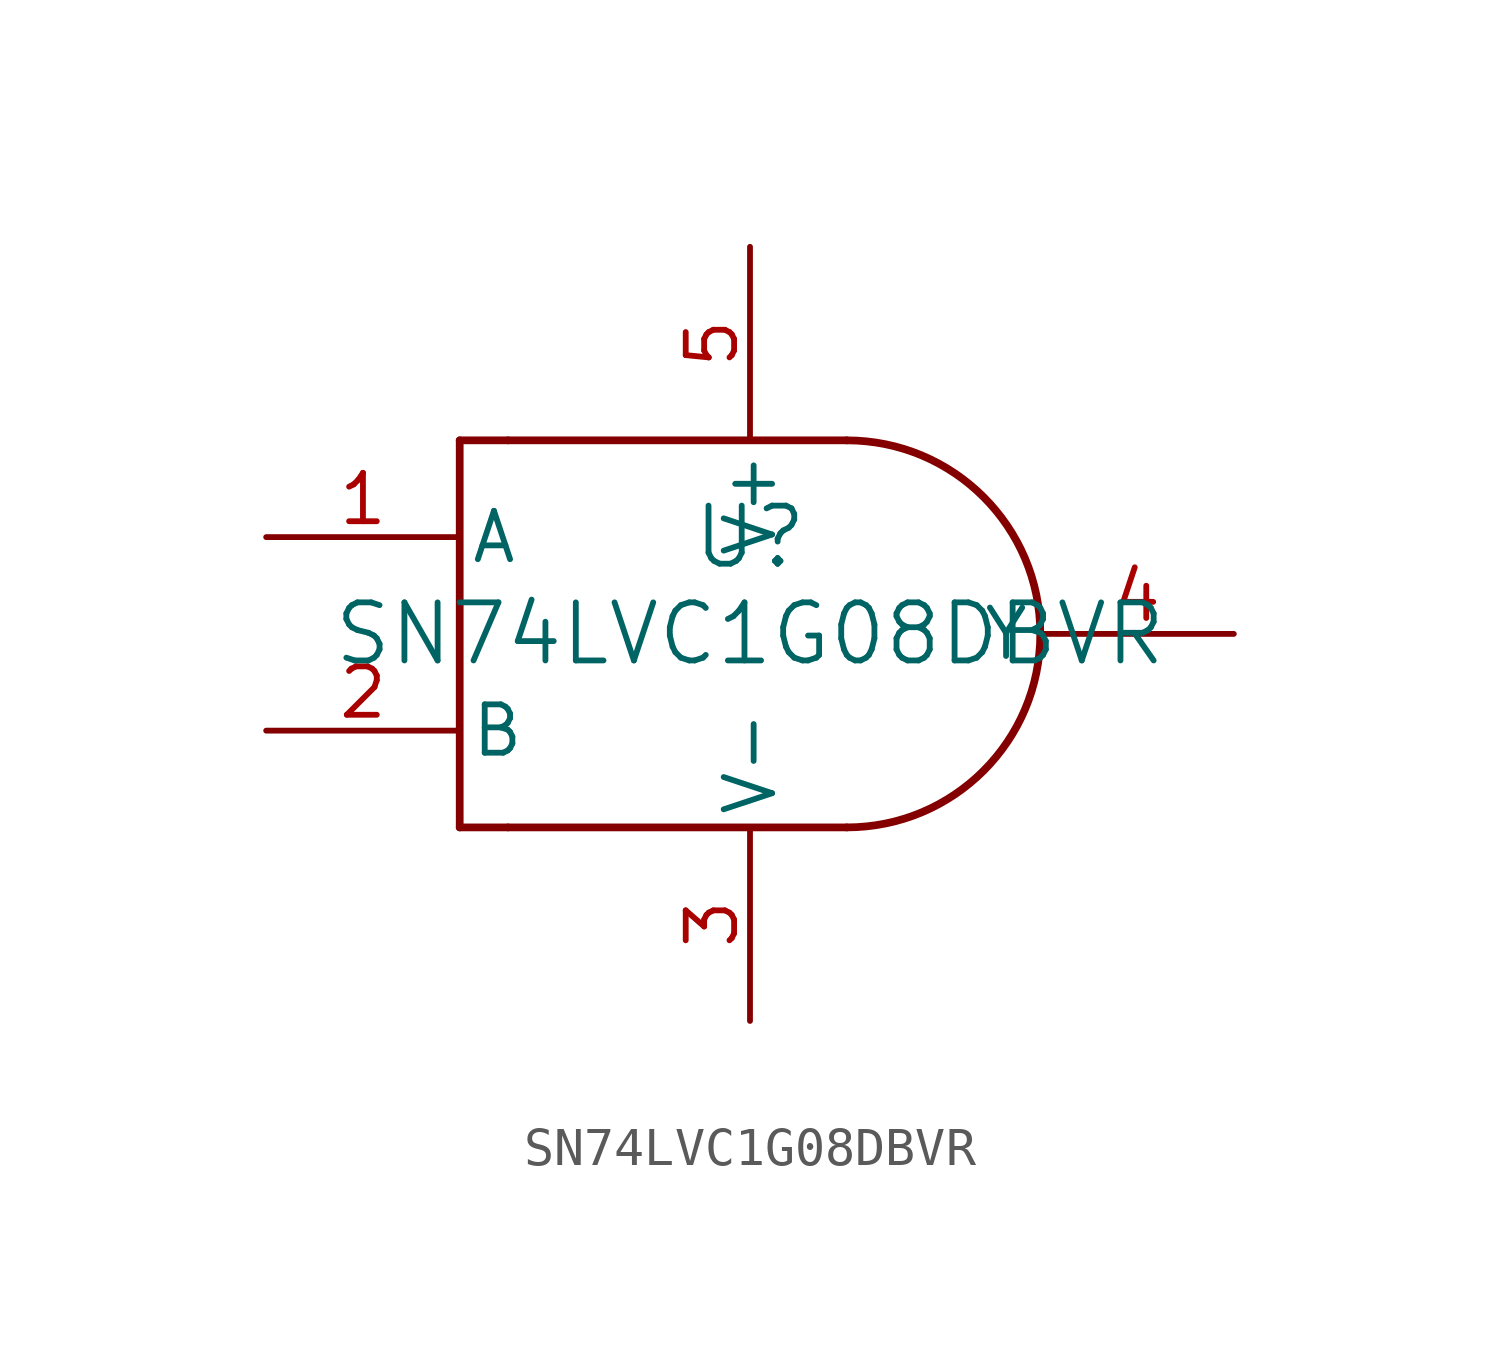
<source format=kicad_sym>
(kicad_symbol_lib
  (version 20211014)
  (generator kicad_symbol_editor)
  (symbol "SN74LVC1G08DBVR"
    (pin_names
      (offset 0.254))
    (property "Reference" "U"
      (at 0 2.54 0)
      (effects (font (size 1.524 1.524))))
    (property "Value" "SN74LVC1G08DBVR"
      (at 0 0 0)
      (effects (font (size 1.524 1.524))))
    (symbol "SN74LVC1G08DBVR_0_1"
      (polyline (pts (xy -6.35 -5.08) (xy -7.62 -5.08)) (stroke (width 0.203) (type default) (color 0 0 0 0)) (fill (type none)))
      (polyline (pts (xy -7.62 -5.08) (xy -7.62 5.08)) (stroke (width 0.203) (type default) (color 0 0 0 0)) (fill (type none)))
      (polyline (pts (xy -7.62 5.08) (xy -6.35 5.08)) (stroke (width 0.203) (type default) (color 0 0 0 0)) (fill (type none)))
      (polyline (pts (xy -6.35 5.08) (xy 2.54 5.08)) (stroke (width 0.203) (type default) (color 0 0 0 0)) (fill (type none)))
      (polyline (pts (xy -6.35 -5.08) (xy 2.54 -5.08)) (stroke (width 0.203) (type default) (color 0 0 0 0)) (fill (type none)))
      (arc (start 2.54 -5.08) (mid 7.62 0) (end 2.54 5.08) (stroke (width 0.2032) (type default) (color 0 0 0 0)) (fill (type none)))
      (pin input line (at -12.7 2.54 0) (length 5.08) (name "A" (effects (font (size 1.27 1.27)))) (number "1" (effects (font (size 1.27 1.27)))))
      (pin input line (at -12.7 -2.54 0) (length 5.08) (name "B" (effects (font (size 1.27 1.27)))) (number "2" (effects (font (size 1.27 1.27)))))
      (pin power_in line (at 0 -10.16 90) (length 5.08) (name "V-" (effects (font (size 1.27 1.27)))) (number "3" (effects (font (size 1.27 1.27)))))
      (pin output line (at 12.7 0 180) (length 5.08) (name "Y" (effects (font (size 1.27 1.27)))) (number "4" (effects (font (size 1.27 1.27)))))
      (pin power_in line (at 0 10.16 270) (length 5.08) (name "V+" (effects (font (size 1.27 1.27)))) (number "5" (effects (font (size 1.27 1.27))))))))
</source>
